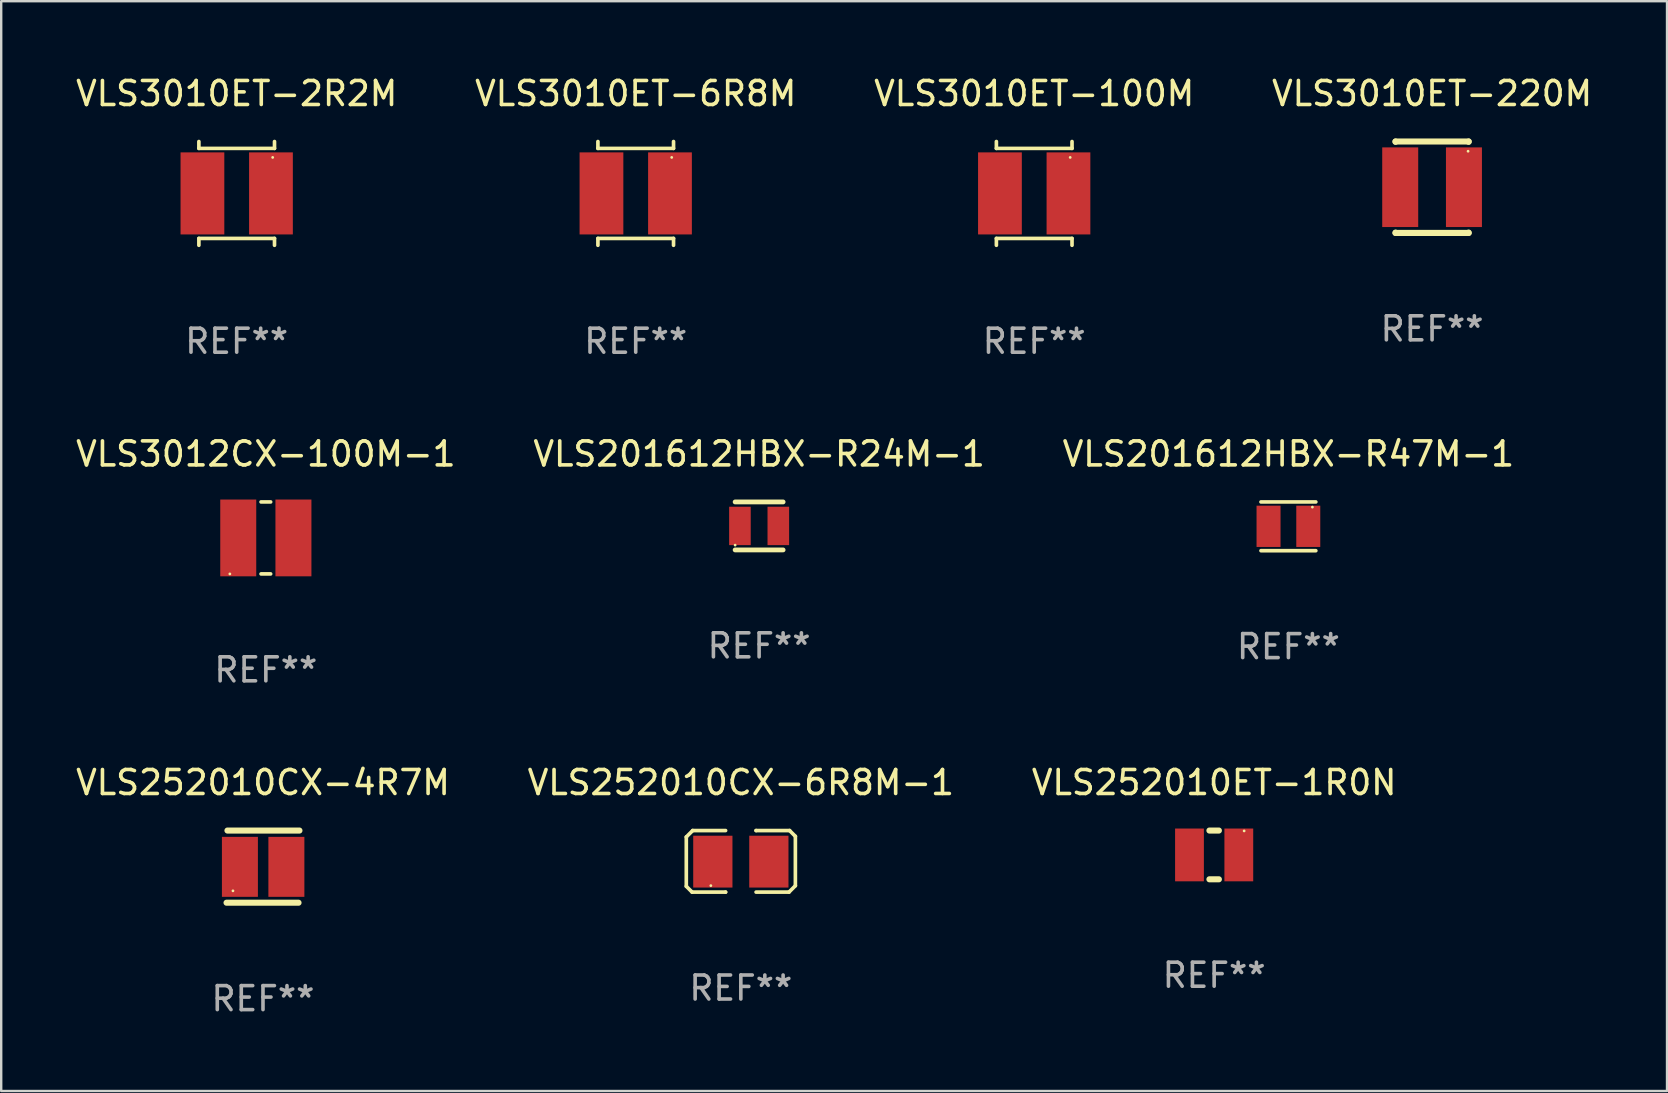
<source format=kicad_pcb>
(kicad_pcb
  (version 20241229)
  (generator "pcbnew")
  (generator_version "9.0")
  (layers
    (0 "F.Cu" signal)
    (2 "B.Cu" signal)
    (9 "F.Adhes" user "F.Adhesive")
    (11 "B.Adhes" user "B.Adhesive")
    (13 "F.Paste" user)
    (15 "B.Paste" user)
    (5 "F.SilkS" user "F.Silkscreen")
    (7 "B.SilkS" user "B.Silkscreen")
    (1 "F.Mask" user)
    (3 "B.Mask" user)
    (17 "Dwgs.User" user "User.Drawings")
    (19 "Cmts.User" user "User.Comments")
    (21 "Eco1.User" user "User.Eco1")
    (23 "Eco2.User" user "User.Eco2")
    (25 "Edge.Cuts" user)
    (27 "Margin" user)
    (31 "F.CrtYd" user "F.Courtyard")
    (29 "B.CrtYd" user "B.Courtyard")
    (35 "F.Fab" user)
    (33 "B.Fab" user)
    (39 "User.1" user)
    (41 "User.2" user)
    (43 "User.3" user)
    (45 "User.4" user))
  (footprint "VLS3010ET-6R8M"
    (layer "F.Cu")
    (at 23.446 5.011)
    (property "Reference" "VLS3010ET-6R8M" (at 0 -4.162 0) (layer "F.SilkS") (effects (font (size 1 1) (thickness 0.15))))
    (attr through_hole)
    (fp_line (start -1.576 -2.162) (end -1.576 -1.876) (stroke (width 0.152) (type solid)) (layer "F.SilkS"))
    (fp_line (start -1.576 -1.876) (end 1.576 -1.876) (stroke (width 0.152) (type solid)) (layer "F.SilkS"))
    (fp_line (start -1.576 1.876) (end 1.576 1.876) (stroke (width 0.152) (type solid)) (layer "F.SilkS"))
    (fp_line (start -1.576 2.162) (end -1.576 1.876) (stroke (width 0.152) (type solid)) (layer "F.SilkS"))
    (fp_line (start 1.576 -1.876) (end 1.576 -2.162) (stroke (width 0.152) (type solid)) (layer "F.SilkS"))
    (fp_line (start 1.576 1.876) (end 1.576 2.162) (stroke (width 0.152) (type solid)) (layer "F.SilkS"))
    (fp_circle (center 1.5 -1.5) (end 1.53 -1.5) (stroke (width 0.06) (type solid)) (fill no) (layer "F.SilkS"))
    (fp_text user "REF**" (at 0 6.162 0) (layer "F.Fab") (effects (font (size 1 1) (thickness 0.15))))
    (pad "1" smd rect (at 1.428 0) (size 1.824 3.42) (layers "F.Cu" "F.Mask" "F.Paste"))
    (pad "2" smd rect (at -1.428 0) (size 1.824 3.42) (layers "F.Cu" "F.Mask" "F.Paste")))
  (footprint "VLS252010CX-4R7M"
    (layer "F.Cu")
    (at 7.911 33.07)
    (property "Reference" "VLS252010CX-4R7M" (at 0 -3.504 0) (layer "F.SilkS") (effects (font (size 1 1) (thickness 0.15))))
    (attr through_hole)
    (fp_line (start -1.519 1.504) (end 1.481 1.504) (stroke (width 0.254) (type solid)) (layer "F.SilkS"))
    (fp_line (start -1.481 -1.504) (end 1.519 -1.504) (stroke (width 0.254) (type solid)) (layer "F.SilkS"))
    (fp_circle (center -1.252 1.009) (end -1.222 1.009) (stroke (width 0.06) (type solid)) (fill no) (layer "F.SilkS"))
    (fp_text user "REF**" (at 0 5.504 0) (layer "F.Fab") (effects (font (size 1 1) (thickness 0.15))))
    (pad "1" smd rect (at -0.962 0.009) (size 1.5 2.5) (layers "F.Cu" "F.Mask" "F.Paste"))
    (pad "2" smd rect (at 0.975 0.009) (size 1.5 2.5) (layers "F.Cu" "F.Mask" "F.Paste")))
  (footprint "VLS3010ET-100M"
    (layer "F.Cu")
    (at 40.054 5.011)
    (property "Reference" "VLS3010ET-100M" (at 0 -4.162 0) (layer "F.SilkS") (effects (font (size 1 1) (thickness 0.15))))
    (attr through_hole)
    (fp_line (start -1.576 -2.162) (end -1.576 -1.876) (stroke (width 0.152) (type solid)) (layer "F.SilkS"))
    (fp_line (start -1.576 -1.876) (end 1.576 -1.876) (stroke (width 0.152) (type solid)) (layer "F.SilkS"))
    (fp_line (start -1.576 1.876) (end 1.576 1.876) (stroke (width 0.152) (type solid)) (layer "F.SilkS"))
    (fp_line (start -1.576 2.162) (end -1.576 1.876) (stroke (width 0.152) (type solid)) (layer "F.SilkS"))
    (fp_line (start 1.576 -1.876) (end 1.576 -2.162) (stroke (width 0.152) (type solid)) (layer "F.SilkS"))
    (fp_line (start 1.576 1.876) (end 1.576 2.162) (stroke (width 0.152) (type solid)) (layer "F.SilkS"))
    (fp_circle (center 1.5 -1.5) (end 1.53 -1.5) (stroke (width 0.06) (type solid)) (fill no) (layer "F.SilkS"))
    (fp_text user "REF**" (at 0 6.162 0) (layer "F.Fab") (effects (font (size 1 1) (thickness 0.15))))
    (pad "1" smd rect (at 1.428 0) (size 1.824 3.42) (layers "F.Cu" "F.Mask" "F.Paste"))
    (pad "2" smd rect (at -1.428 0) (size 1.824 3.42) (layers "F.Cu" "F.Mask" "F.Paste")))
  (footprint "VLS201612HBX-R24M-1"
    (layer "F.Cu")
    (at 28.589 18.87)
    (property "Reference" "VLS201612HBX-R24M-1" (at 0 -3 0) (layer "F.SilkS") (effects (font (size 1 1) (thickness 0.15))))
    (attr through_hole)
    (fp_line (start -1 -1) (end 1 -1) (stroke (width 0.2) (type solid)) (layer "F.SilkS"))
    (fp_line (start -1 1) (end 1 1) (stroke (width 0.2) (type solid)) (layer "F.SilkS"))
    (fp_circle (center -1 0.8) (end -0.97 0.8) (stroke (width 0.06) (type solid)) (fill no) (layer "F.SilkS"))
    (fp_text user "REF**" (at 0 5 0) (layer "F.Fab") (effects (font (size 1 1) (thickness 0.15))))
    (pad "1" smd rect (at -0.8 0) (size 0.9 1.6) (layers "F.Cu" "F.Mask" "F.Paste"))
    (pad "2" smd rect (at 0.8 0) (size 0.9 1.6) (layers "F.Cu" "F.Mask" "F.Paste")))
  (footprint "VLS252010CX-6R8M-1"
    (layer "F.Cu")
    (at 27.827 32.849)
    (property "Reference" "VLS252010CX-6R8M-1" (at 0 -3.283 0) (layer "F.SilkS") (effects (font (size 1 1) (thickness 0.15))))
    (attr through_hole)
    (fp_line (start -2.273 -1.016) (end -2.007 -1.283) (stroke (width 0.152) (type solid)) (layer "F.SilkS"))
    (fp_line (start -2.273 1.041) (end -2.273 -1.016) (stroke (width 0.152) (type solid)) (layer "F.SilkS"))
    (fp_line (start -2.032 1.283) (end -2.273 1.041) (stroke (width 0.152) (type solid)) (layer "F.SilkS"))
    (fp_line (start -2.007 -1.283) (end -0.635 -1.283) (stroke (width 0.152) (type solid)) (layer "F.SilkS"))
    (fp_line (start -0.635 1.283) (end -2.032 1.283) (stroke (width 0.152) (type solid)) (layer "F.SilkS"))
    (fp_line (start -0.635 1.283) (end -0.635 1.283) (stroke (width 0.152) (type solid)) (layer "F.SilkS"))
    (fp_line (start 0.635 -1.283) (end 0.635 -1.283) (stroke (width 0.152) (type solid)) (layer "F.SilkS"))
    (fp_line (start 0.635 -1.283) (end 2.032 -1.283) (stroke (width 0.152) (type solid)) (layer "F.SilkS"))
    (fp_line (start 2.007 1.283) (end 0.635 1.283) (stroke (width 0.152) (type solid)) (layer "F.SilkS"))
    (fp_line (start 2.032 -1.283) (end 2.273 -1.041) (stroke (width 0.152) (type solid)) (layer "F.SilkS"))
    (fp_line (start 2.273 -1.041) (end 2.273 1.016) (stroke (width 0.152) (type solid)) (layer "F.SilkS"))
    (fp_line (start 2.273 1.016) (end 2.007 1.283) (stroke (width 0.152) (type solid)) (layer "F.SilkS"))
    (fp_circle (center -1.25 1.013) (end -1.22 1.013) (stroke (width 0.06) (type solid)) (fill no) (layer "F.SilkS"))
    (fp_text user "REF**" (at 0 5.283 0) (layer "F.Fab") (effects (font (size 1 1) (thickness 0.15))))
    (pad "1" smd rect (at -1.167 0.013) (size 1.635 2.16) (layers "F.Cu" "F.Mask" "F.Paste"))
    (pad "2" smd rect (at 1.168 0.013) (size 1.635 2.16) (layers "F.Cu" "F.Mask" "F.Paste")))
  (footprint "VLS3010ET-220M"
    (layer "F.Cu")
    (at 56.637 4.753)
    (property "Reference" "VLS3010ET-220M" (at 0 -3.905 0) (layer "F.SilkS") (effects (font (size 1 1) (thickness 0.15))))
    (attr through_hole)
    (fp_line (start -1.524 -1.905) (end 1.524 -1.905) (stroke (width 0.254) (type solid)) (layer "F.SilkS"))
    (fp_line (start -1.524 -1.891) (end -1.524 -1.905) (stroke (width 0.254) (type solid)) (layer "F.SilkS"))
    (fp_line (start -1.524 1.905) (end -1.524 1.891) (stroke (width 0.254) (type solid)) (layer "F.SilkS"))
    (fp_line (start -1.524 1.905) (end 1.524 1.905) (stroke (width 0.254) (type solid)) (layer "F.SilkS"))
    (fp_line (start 1.524 -1.905) (end 1.524 -1.891) (stroke (width 0.254) (type solid)) (layer "F.SilkS"))
    (fp_line (start 1.524 1.891) (end 1.524 1.905) (stroke (width 0.254) (type solid)) (layer "F.SilkS"))
    (fp_circle (center 1.5 -1.5) (end 1.53 -1.5) (stroke (width 0.06) (type solid)) (fill no) (layer "F.SilkS"))
    (fp_text user "REF**" (at 0 5.905 0) (layer "F.Fab") (effects (font (size 1 1) (thickness 0.15))))
    (pad "1" smd rect (at 1.328 0) (size 1.5 3.32) (layers "F.Cu" "F.Mask" "F.Paste"))
    (pad "2" smd rect (at -1.328 0) (size 1.5 3.32) (layers "F.Cu" "F.Mask" "F.Paste")))
  (footprint "VLS3010ET-2R2M"
    (layer "F.Cu")
    (at 6.815 5.011)
    (property "Reference" "VLS3010ET-2R2M" (at 0 -4.162 0) (layer "F.SilkS") (effects (font (size 1 1) (thickness 0.15))))
    (attr through_hole)
    (fp_line (start -1.576 -2.162) (end -1.576 -1.876) (stroke (width 0.152) (type solid)) (layer "F.SilkS"))
    (fp_line (start -1.576 -1.876) (end 1.576 -1.876) (stroke (width 0.152) (type solid)) (layer "F.SilkS"))
    (fp_line (start -1.576 1.876) (end 1.576 1.876) (stroke (width 0.152) (type solid)) (layer "F.SilkS"))
    (fp_line (start -1.576 2.162) (end -1.576 1.876) (stroke (width 0.152) (type solid)) (layer "F.SilkS"))
    (fp_line (start 1.576 -1.876) (end 1.576 -2.162) (stroke (width 0.152) (type solid)) (layer "F.SilkS"))
    (fp_line (start 1.576 1.876) (end 1.576 2.162) (stroke (width 0.152) (type solid)) (layer "F.SilkS"))
    (fp_circle (center 1.5 -1.5) (end 1.53 -1.5) (stroke (width 0.06) (type solid)) (fill no) (layer "F.SilkS"))
    (fp_text user "REF**" (at 0 6.162 0) (layer "F.Fab") (effects (font (size 1 1) (thickness 0.15))))
    (pad "1" smd rect (at 1.428 0) (size 1.824 3.42) (layers "F.Cu" "F.Mask" "F.Paste"))
    (pad "2" smd rect (at -1.428 0) (size 1.824 3.42) (layers "F.Cu" "F.Mask" "F.Paste")))
  (footprint "VLS3012CX-100M-1"
    (layer "F.Cu")
    (at 8.03 19.37)
    (property "Reference" "VLS3012CX-100M-1" (at 0 -3.5 0) (layer "F.SilkS") (effects (font (size 1 1) (thickness 0.15))))
    (attr through_hole)
    (fp_line (start -0.2 -1.5) (end 0.2 -1.5) (stroke (width 0.152) (type solid)) (layer "F.SilkS"))
    (fp_line (start 0.2 1.5) (end -0.2 1.5) (stroke (width 0.152) (type solid)) (layer "F.SilkS"))
    (fp_circle (center -1.5 1.5) (end -1.47 1.5) (stroke (width 0.06) (type solid)) (fill no) (layer "F.SilkS"))
    (fp_text user "REF**" (at 0 5.5 0) (layer "F.Fab") (effects (font (size 1 1) (thickness 0.15))))
    (pad "1" smd rect (at -1.15 0) (size 1.5 3.2) (layers "F.Cu" "F.Mask" "F.Paste"))
    (pad "2" smd rect (at 1.15 0) (size 1.5 3.2) (layers "F.Cu" "F.Mask" "F.Paste")))
  (footprint "VLS252010ET-1R0N"
    (layer "F.Cu")
    (at 47.554 32.582)
    (property "Reference" "VLS252010ET-1R0N" (at 0 -3.016 0) (layer "F.SilkS") (effects (font (size 1 1) (thickness 0.15))))
    (attr through_hole)
    (fp_line (start -0.197 1.016) (end 0.197 1.016) (stroke (width 0.254) (type solid)) (layer "F.SilkS"))
    (fp_line (start 0.197 -1.016) (end -0.197 -1.016) (stroke (width 0.254) (type solid)) (layer "F.SilkS"))
    (fp_circle (center 1.25 -1) (end 1.28 -1) (stroke (width 0.06) (type solid)) (fill no) (layer "F.SilkS"))
    (fp_text user "REF**" (at 0 5.016 0) (layer "F.Fab") (effects (font (size 1 1) (thickness 0.15))))
    (pad "1" smd rect (at 1.028 0) (size 1.2 2.2) (layers "F.Cu" "F.Mask" "F.Paste"))
    (pad "2" smd rect (at -1.028 0) (size 1.2 2.2) (layers "F.Cu" "F.Mask" "F.Paste")))
  (footprint "VLS201612HBX-R47M-1"
    (layer "F.Cu")
    (at 50.649 18.886)
    (property "Reference" "VLS201612HBX-R47M-1" (at 0 -3.016 0) (layer "F.SilkS") (effects (font (size 1 1) (thickness 0.15))))
    (attr through_hole)
    (fp_line (start -1.143 -1.016) (end 1.143 -1.016) (stroke (width 0.152) (type solid)) (layer "F.SilkS"))
    (fp_line (start 1.143 1.016) (end -1.143 1.016) (stroke (width 0.152) (type solid)) (layer "F.SilkS"))
    (fp_circle (center 1 -0.8) (end 1.03 -0.8) (stroke (width 0.06) (type solid)) (fill no) (layer "F.SilkS"))
    (fp_text user "REF**" (at 0 5.016 0) (layer "F.Fab") (effects (font (size 1 1) (thickness 0.15))))
    (pad "1" smd rect (at 0.828 0) (size 1 1.72) (layers "F.Cu" "F.Mask" "F.Paste"))
    (pad "2" smd rect (at -0.828 0) (size 1 1.72) (layers "F.Cu" "F.Mask" "F.Paste")))
  (gr_rect
    (start -3 -3)
    (end 66.429 42.422)
    (stroke (width 0.1) (type default))
    (fill no)
    (layer "Edge.Cuts")))
</source>
